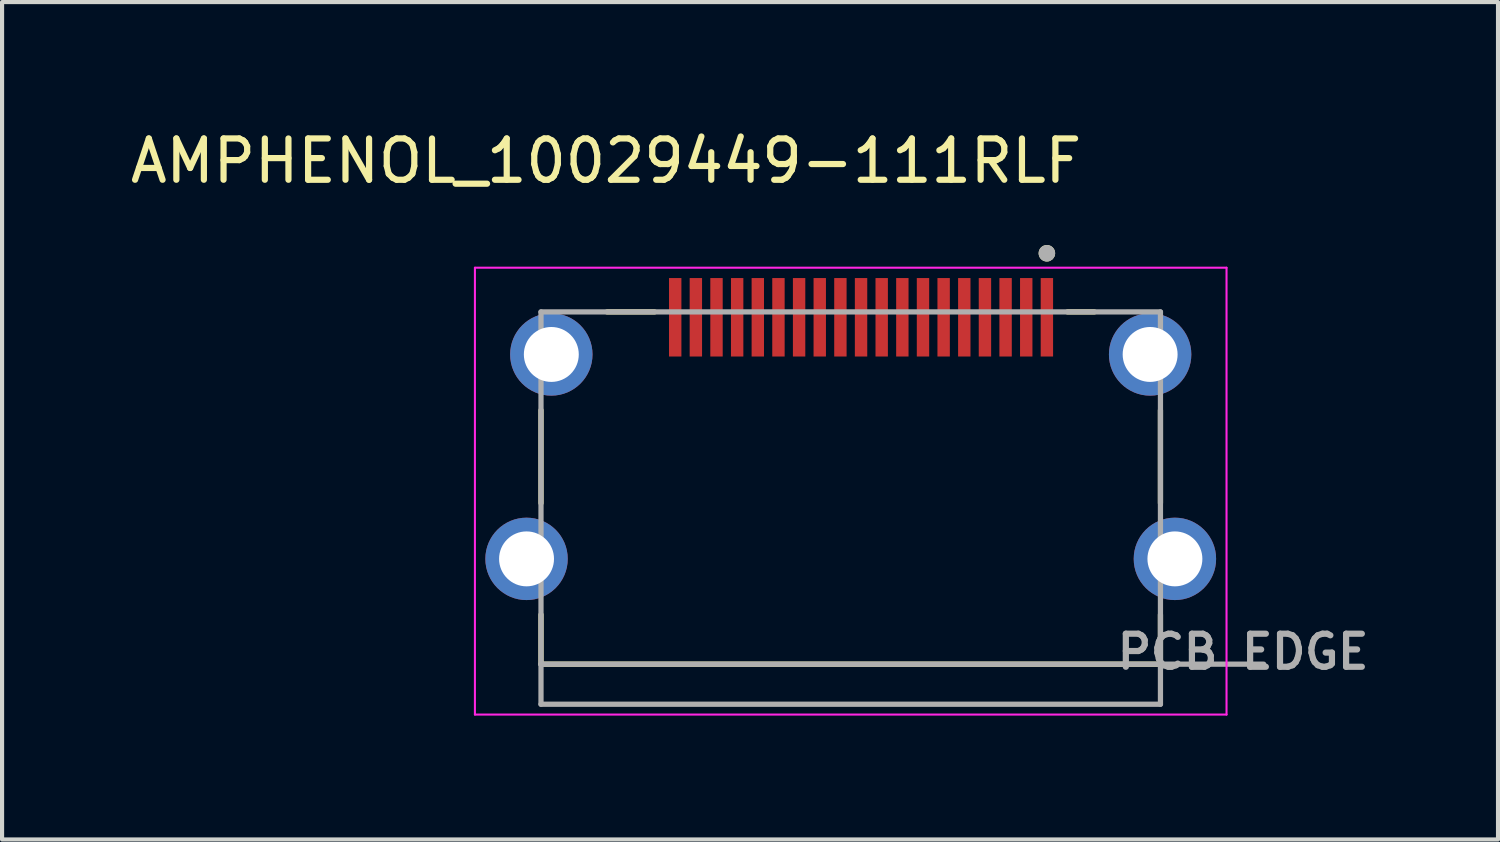
<source format=kicad_pcb>
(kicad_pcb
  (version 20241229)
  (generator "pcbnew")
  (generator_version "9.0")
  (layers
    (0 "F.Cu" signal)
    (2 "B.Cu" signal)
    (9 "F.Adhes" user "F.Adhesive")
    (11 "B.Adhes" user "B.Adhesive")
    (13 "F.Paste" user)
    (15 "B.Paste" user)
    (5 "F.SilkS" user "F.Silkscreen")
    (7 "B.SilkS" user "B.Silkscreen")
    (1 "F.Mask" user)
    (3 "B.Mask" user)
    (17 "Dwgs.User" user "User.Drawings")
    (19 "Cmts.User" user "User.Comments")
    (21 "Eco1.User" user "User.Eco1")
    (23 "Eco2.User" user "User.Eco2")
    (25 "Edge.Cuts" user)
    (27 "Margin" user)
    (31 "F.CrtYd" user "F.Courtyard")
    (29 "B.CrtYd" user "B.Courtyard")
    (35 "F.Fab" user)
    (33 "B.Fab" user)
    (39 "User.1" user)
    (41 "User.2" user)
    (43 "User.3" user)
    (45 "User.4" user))
  (footprint "AMPHENOL_10029449-111RLF"
    (layer "F.Cu")
    (at 17.55 10.483)
    (property "Reference" "AMPHENOL_10029449-111RLF" (at -5.925 -9.635 0) (layer "F.SilkS") (effects (font (size 1 1) (thickness 0.15))))
    (attr smd)
    (fp_poly (pts (xy -4.45 -6.85) (xy -4.05 -6.85) (xy -4.05 -4.85) (xy -4.45 -4.85)) (stroke (width 0.01) (type solid)) (fill yes) (layer "F.Mask"))
    (fp_poly (pts (xy -3.95 -6.85) (xy -3.55 -6.85) (xy -3.55 -4.85) (xy -3.95 -4.85)) (stroke (width 0.01) (type solid)) (fill yes) (layer "F.Mask"))
    (fp_poly (pts (xy -3.45 -6.85) (xy -3.05 -6.85) (xy -3.05 -4.85) (xy -3.45 -4.85)) (stroke (width 0.01) (type solid)) (fill yes) (layer "F.Mask"))
    (fp_poly (pts (xy -2.95 -6.85) (xy -2.55 -6.85) (xy -2.55 -4.85) (xy -2.95 -4.85)) (stroke (width 0.01) (type solid)) (fill yes) (layer "F.Mask"))
    (fp_poly (pts (xy -2.45 -6.85) (xy -2.05 -6.85) (xy -2.05 -4.85) (xy -2.45 -4.85)) (stroke (width 0.01) (type solid)) (fill yes) (layer "F.Mask"))
    (fp_poly (pts (xy -1.95 -6.85) (xy -1.55 -6.85) (xy -1.55 -4.85) (xy -1.95 -4.85)) (stroke (width 0.01) (type solid)) (fill yes) (layer "F.Mask"))
    (fp_poly (pts (xy -1.45 -6.85) (xy -1.05 -6.85) (xy -1.05 -4.85) (xy -1.45 -4.85)) (stroke (width 0.01) (type solid)) (fill yes) (layer "F.Mask"))
    (fp_poly (pts (xy -0.95 -6.85) (xy -0.55 -6.85) (xy -0.55 -4.85) (xy -0.95 -4.85)) (stroke (width 0.01) (type solid)) (fill yes) (layer "F.Mask"))
    (fp_poly (pts (xy -0.45 -6.85) (xy -0.05 -6.85) (xy -0.05 -4.85) (xy -0.45 -4.85)) (stroke (width 0.01) (type solid)) (fill yes) (layer "F.Mask"))
    (fp_poly (pts (xy 0.05 -6.85) (xy 0.45 -6.85) (xy 0.45 -4.85) (xy 0.05 -4.85)) (stroke (width 0.01) (type solid)) (fill yes) (layer "F.Mask"))
    (fp_poly (pts (xy 0.55 -6.85) (xy 0.95 -6.85) (xy 0.95 -4.85) (xy 0.55 -4.85)) (stroke (width 0.01) (type solid)) (fill yes) (layer "F.Mask"))
    (fp_poly (pts (xy 1.05 -6.85) (xy 1.45 -6.85) (xy 1.45 -4.85) (xy 1.05 -4.85)) (stroke (width 0.01) (type solid)) (fill yes) (layer "F.Mask"))
    (fp_poly (pts (xy 1.55 -6.85) (xy 1.95 -6.85) (xy 1.95 -4.85) (xy 1.55 -4.85)) (stroke (width 0.01) (type solid)) (fill yes) (layer "F.Mask"))
    (fp_poly (pts (xy 2.05 -6.85) (xy 2.45 -6.85) (xy 2.45 -4.85) (xy 2.05 -4.85)) (stroke (width 0.01) (type solid)) (fill yes) (layer "F.Mask"))
    (fp_poly (pts (xy 2.55 -6.85) (xy 2.95 -6.85) (xy 2.95 -4.85) (xy 2.55 -4.85)) (stroke (width 0.01) (type solid)) (fill yes) (layer "F.Mask"))
    (fp_poly (pts (xy 3.05 -6.85) (xy 3.45 -6.85) (xy 3.45 -4.85) (xy 3.05 -4.85)) (stroke (width 0.01) (type solid)) (fill yes) (layer "F.Mask"))
    (fp_poly (pts (xy 3.55 -6.85) (xy 3.95 -6.85) (xy 3.95 -4.85) (xy 3.55 -4.85)) (stroke (width 0.01) (type solid)) (fill yes) (layer "F.Mask"))
    (fp_poly (pts (xy 4.05 -6.85) (xy 4.45 -6.85) (xy 4.45 -4.85) (xy 4.05 -4.85)) (stroke (width 0.01) (type solid)) (fill yes) (layer "F.Mask"))
    (fp_poly (pts (xy 4.55 -6.85) (xy 4.95 -6.85) (xy 4.95 -4.85) (xy 4.55 -4.85)) (stroke (width 0.01) (type solid)) (fill yes) (layer "F.Mask"))
    (fp_line (start -7.5 -1.35) (end -7.5 -3.6) (stroke (width 0.127) (type solid)) (layer "F.SilkS"))
    (fp_line (start -7.5 1.35) (end -7.5 2.55) (stroke (width 0.127) (type solid)) (layer "F.SilkS"))
    (fp_line (start -7.5 2.55) (end 7.5 2.55) (stroke (width 0.127) (type solid)) (layer "F.SilkS"))
    (fp_line (start -5.9 -5.98) (end -4.75 -5.98) (stroke (width 0.127) (type solid)) (layer "F.SilkS"))
    (fp_line (start 5.9 -5.98) (end 5.25 -5.98) (stroke (width 0.127) (type solid)) (layer "F.SilkS"))
    (fp_line (start 7.5 -3.6) (end 7.5 -1.35) (stroke (width 0.127) (type solid)) (layer "F.SilkS"))
    (fp_line (start 7.5 2.55) (end 7.5 1.35) (stroke (width 0.127) (type solid)) (layer "F.SilkS"))
    (fp_circle (center 4.75 -7.4) (end 4.85 -7.4) (stroke (width 0.2) (type solid)) (fill no) (layer "F.SilkS"))
    (fp_line (start -9.1 -7.05) (end -9.1 3.77) (stroke (width 0.05) (type solid)) (layer "F.CrtYd"))
    (fp_line (start -9.1 3.77) (end 9.1 3.77) (stroke (width 0.05) (type solid)) (layer "F.CrtYd"))
    (fp_line (start 9.1 -7.05) (end -9.1 -7.05) (stroke (width 0.05) (type solid)) (layer "F.CrtYd"))
    (fp_line (start 9.1 3.77) (end 9.1 -7.05) (stroke (width 0.05) (type solid)) (layer "F.CrtYd"))
    (fp_line (start -7.5 -5.98) (end -7.5 2.55) (stroke (width 0.127) (type solid)) (layer "F.Fab"))
    (fp_line (start -7.5 2.55) (end -7.5 3.52) (stroke (width 0.127) (type solid)) (layer "F.Fab"))
    (fp_line (start -7.5 2.55) (end 10 2.55) (stroke (width 0.127) (type solid)) (layer "F.Fab"))
    (fp_line (start -7.5 3.52) (end 7.5 3.52) (stroke (width 0.127) (type solid)) (layer "F.Fab"))
    (fp_line (start 7.5 -5.98) (end -7.5 -5.98) (stroke (width 0.127) (type solid)) (layer "F.Fab"))
    (fp_line (start 7.5 3.52) (end 7.5 -5.98) (stroke (width 0.127) (type solid)) (layer "F.Fab"))
    (fp_circle (center 4.75 -7.4) (end 4.85 -7.4) (stroke (width 0.2) (type solid)) (fill no) (layer "F.Fab"))
    (fp_text user "PCB EDGE" (at 9.5 2.25 0) (layer "F.Fab") (effects (font (size 0.8 0.8) (thickness 0.15))))
    (pad "1" smd rect (at 4.75 -5.85) (size 0.3 1.9) (layers "F.Cu" "F.Paste"))
    (pad "2" smd rect (at 4.25 -5.85) (size 0.3 1.9) (layers "F.Cu" "F.Paste"))
    (pad "3" smd rect (at 3.75 -5.85) (size 0.3 1.9) (layers "F.Cu" "F.Paste"))
    (pad "4" smd rect (at 3.25 -5.85) (size 0.3 1.9) (layers "F.Cu" "F.Paste"))
    (pad "5" smd rect (at 2.75 -5.85) (size 0.3 1.9) (layers "F.Cu" "F.Paste"))
    (pad "6" smd rect (at 2.25 -5.85) (size 0.3 1.9) (layers "F.Cu" "F.Paste"))
    (pad "7" smd rect (at 1.75 -5.85) (size 0.3 1.9) (layers "F.Cu" "F.Paste"))
    (pad "8" smd rect (at 1.25 -5.85) (size 0.3 1.9) (layers "F.Cu" "F.Paste"))
    (pad "9" smd rect (at 0.75 -5.85) (size 0.3 1.9) (layers "F.Cu" "F.Paste"))
    (pad "10" smd rect (at 0.25 -5.85) (size 0.3 1.9) (layers "F.Cu" "F.Paste"))
    (pad "11" smd rect (at -0.25 -5.85) (size 0.3 1.9) (layers "F.Cu" "F.Paste"))
    (pad "12" smd rect (at -0.75 -5.85) (size 0.3 1.9) (layers "F.Cu" "F.Paste"))
    (pad "13" smd rect (at -1.25 -5.85) (size 0.3 1.9) (layers "F.Cu" "F.Paste"))
    (pad "14" smd rect (at -1.75 -5.85) (size 0.3 1.9) (layers "F.Cu" "F.Paste"))
    (pad "15" smd rect (at -2.25 -5.85) (size 0.3 1.9) (layers "F.Cu" "F.Paste"))
    (pad "16" smd rect (at -2.75 -5.85) (size 0.3 1.9) (layers "F.Cu" "F.Paste"))
    (pad "17" smd rect (at -3.25 -5.85) (size 0.3 1.9) (layers "F.Cu" "F.Paste"))
    (pad "18" smd rect (at -3.75 -5.85) (size 0.3 1.9) (layers "F.Cu" "F.Paste"))
    (pad "19" smd rect (at -4.25 -5.85) (size 0.3 1.9) (layers "F.Cu" "F.Paste"))
    (pad "SH" thru_hole circle (at -7.85 0) (size 1.995 1.995) (drill 1.33) (layers "*.Cu" "*.Mask"))
    (pad "SH" thru_hole circle (at -7.25 -4.95) (size 1.995 1.995) (drill 1.33) (layers "*.Cu" "*.Mask"))
    (pad "SH" thru_hole circle (at 7.25 -4.95) (size 1.995 1.995) (drill 1.33) (layers "*.Cu" "*.Mask"))
    (pad "SH" thru_hole circle (at 7.85 0) (size 1.995 1.995) (drill 1.33) (layers "*.Cu" "*.Mask")))
  (gr_rect
    (start -3 -3)
    (end 33.224 17.278)
    (stroke (width 0.1) (type default))
    (fill no)
    (layer "Edge.Cuts")))
</source>
